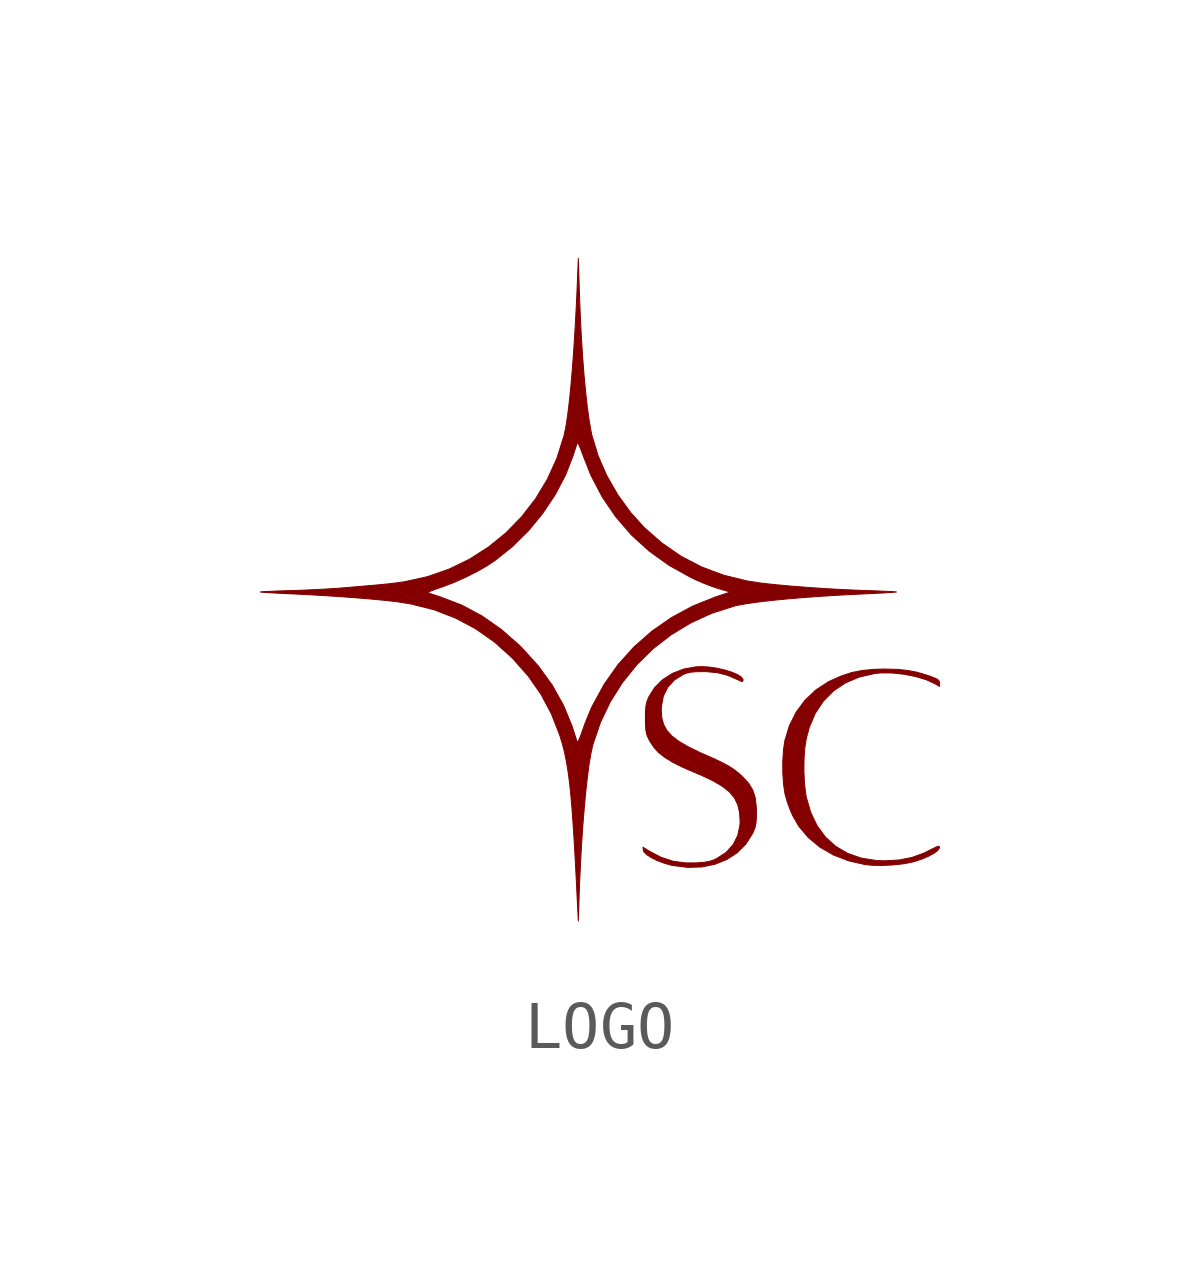
<source format=kicad_sym>
(kicad_symbol_lib
  (version 20220914)
  (generator "bitmap2component")
  (generator_version "8.0")
  (symbol "LOGO"
    (pin_names
      (offset 1.016))
    (property "Reference" "#G"
      (at 0 7.228 0)
      (effects (font (size 1.27 1.27)) hide))
    (symbol "LOGO_0_0"
      (polyline (pts (xy -0.026 -6.291) (xy -0.02 -6.129) (xy -0.001 -5.717) (xy 0.021 -5.314) (xy 0.047 -4.926) (xy 0.077 -4.559) (xy 0.108 -4.219) (xy 0.142 -3.913) (xy 0.177 -3.648) (xy 0.213 -3.429) (xy 0.249 -3.263) (xy 0.26 -3.22) (xy 0.415 -2.764) (xy 0.621 -2.333) (xy 0.875 -1.932) (xy 1.172 -1.564) (xy 1.51 -1.232) (xy 1.885 -0.941) (xy 2.293 -0.694) (xy 2.731 -0.493) (xy 3.196 -0.344) (xy 3.277 -0.325) (xy 3.467 -0.291) (xy 3.708 -0.257) (xy 3.994 -0.224) (xy 4.319 -0.192) (xy 4.678 -0.162) (xy 5.066 -0.135) (xy 5.476 -0.11) (xy 5.902 -0.089) (xy 6 -0.085) (xy 6.182 -0.075) (xy 6.34 -0.067) (xy 6.465 -0.059) (xy 6.546 -0.053) (xy 6.578 -0.049) (xy 6.576 -0.048) (xy 6.535 -0.044) (xy 6.445 -0.038) (xy 6.316 -0.033) (xy 6.155 -0.026) (xy 5.972 -0.02) (xy 5.827 -0.015) (xy 5.473 0.001) (xy 5.103 0.021) (xy 4.733 0.046) (xy 4.377 0.074) (xy 4.051 0.104) (xy 3.768 0.135) (xy 3.462 0.182) (xy 2.976 0.302) (xy 2.52 0.473) (xy 2.093 0.695) (xy 1.694 0.97) (xy 1.323 1.296) (xy 1.045 1.604) (xy 0.776 1.974) (xy 0.548 2.371) (xy 0.367 2.785) (xy 0.239 3.206) (xy 0.22 3.293) (xy 0.18 3.523) (xy 0.141 3.803) (xy 0.105 4.128) (xy 0.071 4.491) (xy 0.041 4.886) (xy 0.015 5.306) (xy -0.007 5.747) (xy -0.024 6.202) (xy -0.046 6.899) (xy -0.068 6.35) (xy -0.086 5.944) (xy -0.112 5.462) (xy -0.14 5.011) (xy -0.17 4.597) (xy -0.202 4.223) (xy -0.236 3.893) (xy -0.271 3.611) (xy -0.307 3.38) (xy -0.344 3.205) (xy -0.345 3.203) (xy -0.491 2.739) (xy -0.689 2.302) (xy -0.934 1.895) (xy -1.222 1.522) (xy -1.55 1.185) (xy -1.915 0.888) (xy -2.312 0.634) (xy -2.739 0.427) (xy -3.191 0.269) (xy -3.665 0.165) (xy -3.702 0.159) (xy -3.792 0.146) (xy -3.889 0.134) (xy -4 0.121) (xy -4.134 0.107) (xy -4.298 0.092) (xy -4.498 0.075) (xy -4.743 0.054) (xy -5.04 0.029) (xy -5.042 0.029) (xy -5.191 0.019) (xy -5.381 0.008) (xy -5.598 -0.003) (xy -5.823 -0.013) (xy -6.041 -0.02) (xy -6.116 -0.022) (xy -6.294 -0.028) (xy -6.447 -0.035) (xy -6.566 -0.04) (xy -6.642 -0.045) (xy -6.667 -0.049) (xy -6.658 -0.051) (xy -6.601 -0.056) (xy -6.497 -0.063) (xy -6.395 -0.069) (xy -3.175 -0.069) (xy -3.173 -0.058) (xy -3.126 -0.033) (xy -3.039 0.002) (xy -2.923 0.042) (xy -2.867 0.061) (xy -2.637 0.149) (xy -2.391 0.259) (xy -2.153 0.378) (xy -1.949 0.495) (xy -1.781 0.607) (xy -1.422 0.893) (xy -1.088 1.222) (xy -0.788 1.587) (xy -0.527 1.977) (xy -0.312 2.386) (xy -0.15 2.804) (xy -0.148 2.812) (xy -0.113 2.92) (xy -0.085 3.007) (xy -0.069 3.056) (xy -0.059 3.056) (xy -0.033 3.014) (xy 0.002 2.932) (xy 0.043 2.819) (xy 0.216 2.381) (xy 0.453 1.928) (xy 0.736 1.513) (xy 1.063 1.136) (xy 1.433 0.8) (xy 1.846 0.504) (xy 2.3 0.252) (xy 2.413 0.199) (xy 2.581 0.127) (xy 2.742 0.065) (xy 2.874 0.021) (xy 3.121 -0.05) (xy 2.831 -0.146) (xy 2.812 -0.152) (xy 2.338 -0.342) (xy 1.895 -0.581) (xy 1.486 -0.865) (xy 1.114 -1.193) (xy 0.782 -1.561) (xy 0.495 -1.967) (xy 0.254 -2.408) (xy 0.229 -2.46) (xy 0.157 -2.627) (xy 0.088 -2.801) (xy 0.034 -2.954) (xy 0.009 -3.024) (xy -0.027 -3.115) (xy -0.054 -3.168) (xy -0.069 -3.175) (xy -0.07 -3.173) (xy -0.087 -3.121) (xy -0.116 -3.031) (xy -0.15 -2.923) (xy -0.174 -2.849) (xy -0.354 -2.41) (xy -0.59 -1.989) (xy -0.882 -1.586) (xy -1.23 -1.202) (xy -1.266 -1.166) (xy -1.65 -0.829) (xy -2.053 -0.547) (xy -2.477 -0.321) (xy -2.923 -0.15) (xy -2.931 -0.147) (xy -3.038 -0.113) (xy -3.126 -0.085) (xy -3.175 -0.069) (xy -6.395 -0.069) (xy -6.355 -0.071) (xy -6.184 -0.08) (xy -5.992 -0.089) (xy -5.984 -0.089) (xy -5.634 -0.107) (xy -5.279 -0.128) (xy -4.931 -0.151) (xy -4.6 -0.176) (xy -4.296 -0.202) (xy -4.03 -0.228) (xy -3.813 -0.253) (xy -3.53 -0.299) (xy -3.052 -0.419) (xy -2.604 -0.592) (xy -2.183 -0.816) (xy -1.79 -1.092) (xy -1.424 -1.422) (xy -1.413 -1.433) (xy -1.091 -1.797) (xy -0.823 -2.18) (xy -0.605 -2.591) (xy -0.433 -3.033) (xy -0.427 -3.051) (xy -0.385 -3.189) (xy -0.347 -3.33) (xy -0.314 -3.48) (xy -0.283 -3.642) (xy -0.255 -3.821) (xy -0.229 -4.022) (xy -0.205 -4.25) (xy -0.182 -4.509) (xy -0.16 -4.805) (xy -0.138 -5.141) (xy -0.116 -5.522) (xy -0.093 -5.953) (xy -0.069 -6.439) (xy -0.046 -6.899) (xy -0.026 -6.291)) (stroke (width 0.01) (type default)) (fill (type outline)))
      (polyline (pts (xy 2.526 -5.775) (xy 2.799 -5.719) (xy 3.046 -5.62) (xy 3.263 -5.48) (xy 3.442 -5.3) (xy 3.579 -5.083) (xy 3.6 -5.039) (xy 3.633 -4.956) (xy 3.652 -4.873) (xy 3.661 -4.77) (xy 3.663 -4.629) (xy 3.661 -4.534) (xy 3.639 -4.338) (xy 3.587 -4.176) (xy 3.501 -4.033) (xy 3.372 -3.894) (xy 3.294 -3.824) (xy 3.199 -3.749) (xy 3.093 -3.68) (xy 2.965 -3.61) (xy 2.804 -3.532) (xy 2.598 -3.441) (xy 2.484 -3.391) (xy 2.241 -3.272) (xy 2.049 -3.16) (xy 1.903 -3.048) (xy 1.798 -2.932) (xy 1.729 -2.807) (xy 1.692 -2.667) (xy 1.681 -2.507) (xy 1.683 -2.438) (xy 1.724 -2.22) (xy 1.815 -2.034) (xy 1.952 -1.883) (xy 2.136 -1.768) (xy 2.2 -1.742) (xy 2.289 -1.72) (xy 2.4 -1.71) (xy 2.552 -1.707) (xy 2.623 -1.708) (xy 2.852 -1.73) (xy 3.06 -1.783) (xy 3.271 -1.874) (xy 3.311 -1.894) (xy 3.361 -1.914) (xy 3.38 -1.907) (xy 3.383 -1.874) (xy 3.382 -1.865) (xy 3.344 -1.816) (xy 3.26 -1.765) (xy 3.141 -1.716) (xy 2.997 -1.672) (xy 2.838 -1.636) (xy 2.676 -1.612) (xy 2.522 -1.603) (xy 2.403 -1.608) (xy 2.147 -1.654) (xy 1.913 -1.745) (xy 1.708 -1.876) (xy 1.541 -2.043) (xy 1.418 -2.24) (xy 1.41 -2.259) (xy 1.38 -2.34) (xy 1.362 -2.426) (xy 1.353 -2.535) (xy 1.351 -2.685) (xy 1.352 -2.777) (xy 1.357 -2.894) (xy 1.37 -2.981) (xy 1.393 -3.054) (xy 1.43 -3.132) (xy 1.443 -3.155) (xy 1.524 -3.28) (xy 1.625 -3.391) (xy 1.755 -3.494) (xy 1.921 -3.596) (xy 2.13 -3.7) (xy 2.389 -3.812) (xy 2.524 -3.869) (xy 2.766 -3.985) (xy 2.957 -4.098) (xy 3.103 -4.215) (xy 3.207 -4.34) (xy 3.275 -4.481) (xy 3.312 -4.64) (xy 3.323 -4.825) (xy 3.32 -4.898) (xy 3.276 -5.116) (xy 3.18 -5.308) (xy 3.034 -5.47) (xy 2.839 -5.598) (xy 2.762 -5.634) (xy 2.668 -5.662) (xy 2.556 -5.68) (xy 2.404 -5.691) (xy 2.187 -5.691) (xy 1.924 -5.655) (xy 1.677 -5.574) (xy 1.429 -5.444) (xy 1.301 -5.364) (xy 1.31 -5.434) (xy 1.32 -5.459) (xy 1.378 -5.518) (xy 1.476 -5.582) (xy 1.603 -5.644) (xy 1.748 -5.699) (xy 1.899 -5.74) (xy 1.926 -5.745) (xy 2.233 -5.784) (xy 2.526 -5.775)) (stroke (width 0.01) (type default)) (fill (type outline)))
      (polyline (pts (xy 6.492 -5.734) (xy 6.696 -5.713) (xy 6.871 -5.683) (xy 6.955 -5.661) (xy 7.106 -5.612) (xy 7.244 -5.553) (xy 7.359 -5.491) (xy 7.439 -5.432) (xy 7.472 -5.381) (xy 7.474 -5.359) (xy 7.464 -5.343) (xy 7.433 -5.349) (xy 7.368 -5.378) (xy 7.261 -5.432) (xy 7.155 -5.485) (xy 6.903 -5.577) (xy 6.635 -5.63) (xy 6.335 -5.647) (xy 6.164 -5.641) (xy 5.847 -5.591) (xy 5.563 -5.492) (xy 5.314 -5.346) (xy 5.101 -5.154) (xy 4.927 -4.918) (xy 4.793 -4.638) (xy 4.7 -4.317) (xy 4.689 -4.253) (xy 4.663 -4.035) (xy 4.652 -3.789) (xy 4.654 -3.537) (xy 4.67 -3.301) (xy 4.701 -3.101) (xy 4.765 -2.864) (xy 4.891 -2.57) (xy 5.06 -2.318) (xy 5.269 -2.108) (xy 5.517 -1.942) (xy 5.803 -1.821) (xy 6.126 -1.747) (xy 6.257 -1.734) (xy 6.491 -1.736) (xy 6.738 -1.762) (xy 6.981 -1.81) (xy 7.201 -1.877) (xy 7.381 -1.96) (xy 7.478 -2.016) (xy 7.478 -1.946) (xy 7.476 -1.926) (xy 7.457 -1.888) (xy 7.404 -1.853) (xy 7.307 -1.814) (xy 7.221 -1.784) (xy 7.011 -1.721) (xy 6.804 -1.681) (xy 6.581 -1.66) (xy 6.32 -1.654) (xy 6.124 -1.659) (xy 5.873 -1.682) (xy 5.647 -1.727) (xy 5.428 -1.799) (xy 5.195 -1.903) (xy 5.158 -1.922) (xy 4.899 -2.09) (xy 4.675 -2.303) (xy 4.489 -2.554) (xy 4.348 -2.837) (xy 4.255 -3.145) (xy 4.226 -3.341) (xy 4.212 -3.572) (xy 4.212 -3.814) (xy 4.227 -4.046) (xy 4.256 -4.243) (xy 4.261 -4.265) (xy 4.301 -4.407) (xy 4.358 -4.566) (xy 4.42 -4.71) (xy 4.546 -4.928) (xy 4.743 -5.162) (xy 4.984 -5.362) (xy 5.264 -5.524) (xy 5.581 -5.647) (xy 5.929 -5.726) (xy 6.083 -5.741) (xy 6.28 -5.744) (xy 6.492 -5.734)) (stroke (width 0.01) (type default)) (fill (type outline))))))
</source>
